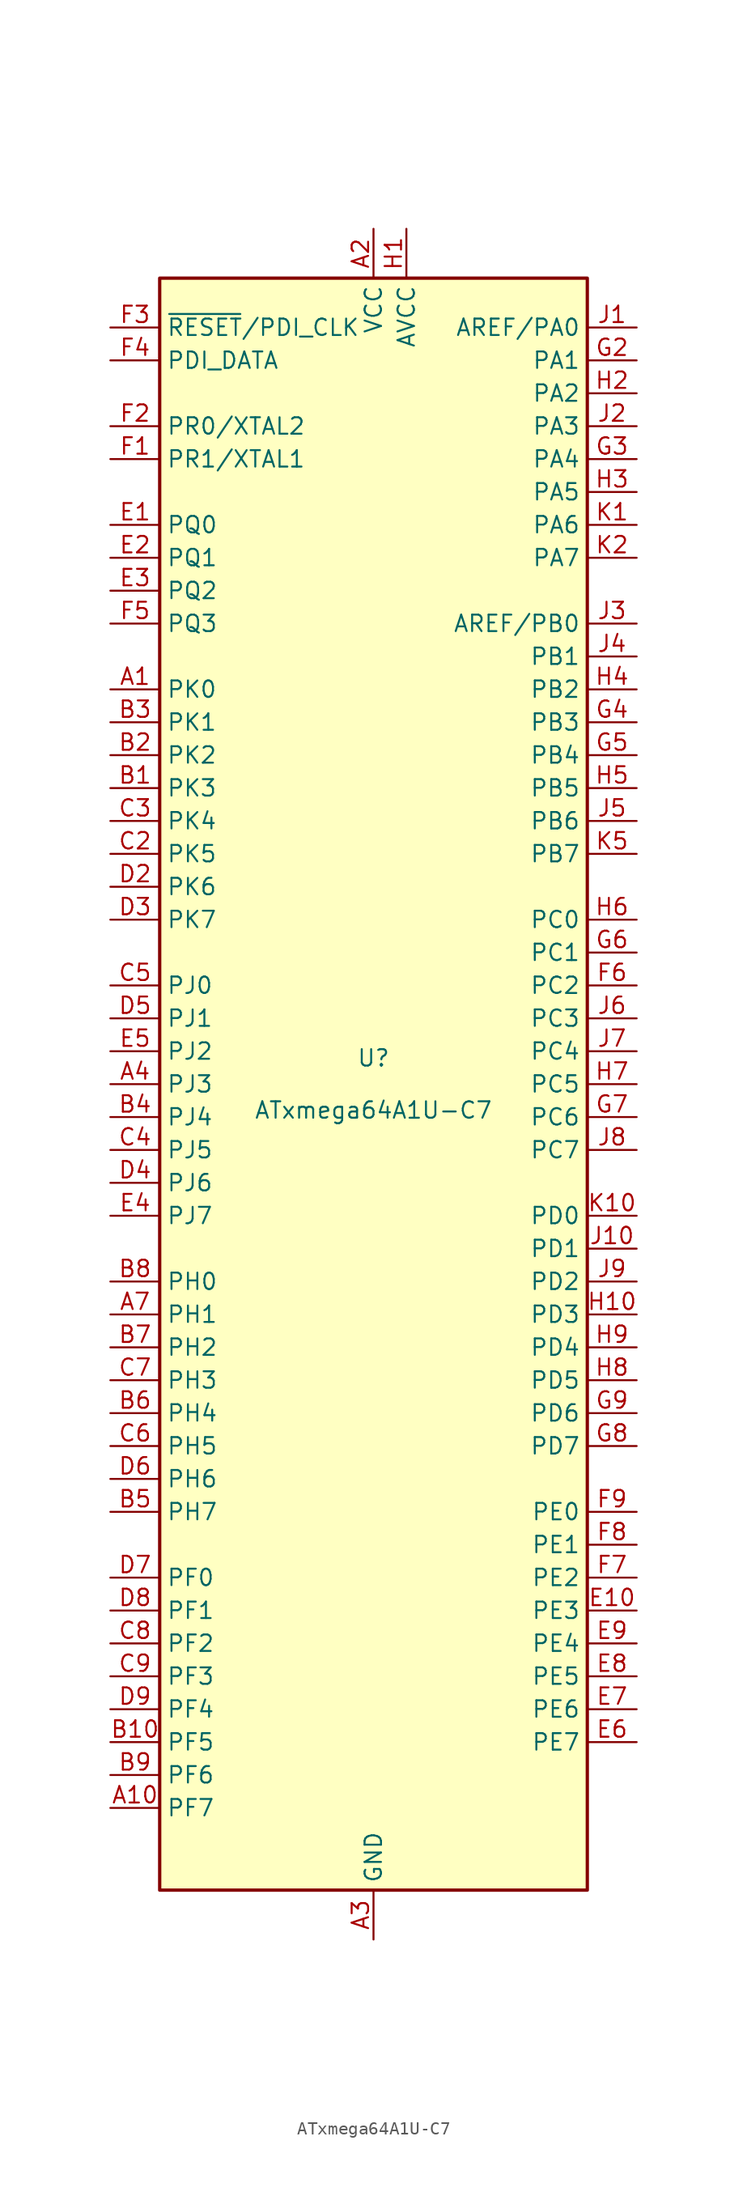
<source format=kicad_sym>
(kicad_symbol_lib
  (version 20201005)
  (generator kicad_symbol_editor)
  (symbol "MCU_Microchip_ATmega:ATxmega64A1U-C7"
    (property "Reference" "U"
      (at 0 1.27 0)
      (effects (font (size 1.27 1.27)) (justify bottom)))
    (property "Value" "ATxmega64A1U-C7"
      (at 0 -1.27 0)
      (effects (font (size 1.27 1.27)) (justify top)))
    (symbol "ATxmega64A1U-C7_0_1"
      (rectangle (start -16.51 -62.23) (end 16.51 62.23) (stroke (width 0.254)) (fill (type background))))
    (symbol "ATxmega64A1U-C7_1_1"
      (pin bidirectional line (at -20.32 30.48 0) (length 3.81) (name "PK0" (effects (font (size 1.27 1.27)))) (number "A1" (effects (font (size 1.27 1.27)))))
      (pin bidirectional line (at -20.32 -55.88 0) (length 3.81) (name "PF7" (effects (font (size 1.27 1.27)))) (number "A10" (effects (font (size 1.27 1.27)))))
      (pin power_in line (at 0 66.04 270) (length 3.81) (name "VCC" (effects (font (size 1.27 1.27)))) (number "A2" (effects (font (size 1.27 1.27)))))
      (pin power_in line (at 0 -66.04 90) (length 3.81) (name "GND" (effects (font (size 1.27 1.27)))) (number "A3" (effects (font (size 1.27 1.27)))))
      (pin bidirectional line (at -20.32 0 0) (length 3.81) (name "PJ3" (effects (font (size 1.27 1.27)))) (number "A4" (effects (font (size 1.27 1.27)))))
      (pin passive line (at 0 66.04 270) (length 3.81) hide (name "VCC" (effects (font (size 1.27 1.27)))) (number "A5" (effects (font (size 1.27 1.27)))))
      (pin passive line (at 0 -66.04 90) (length 3.81) hide (name "GND" (effects (font (size 1.27 1.27)))) (number "A6" (effects (font (size 1.27 1.27)))))
      (pin bidirectional line (at -20.32 -17.78 0) (length 3.81) (name "PH1" (effects (font (size 1.27 1.27)))) (number "A7" (effects (font (size 1.27 1.27)))))
      (pin passive line (at 0 -66.04 90) (length 3.81) hide (name "GND" (effects (font (size 1.27 1.27)))) (number "A8" (effects (font (size 1.27 1.27)))))
      (pin passive line (at 0 66.04 270) (length 3.81) hide (name "VCC" (effects (font (size 1.27 1.27)))) (number "A9" (effects (font (size 1.27 1.27)))))
      (pin bidirectional line (at -20.32 22.86 0) (length 3.81) (name "PK3" (effects (font (size 1.27 1.27)))) (number "B1" (effects (font (size 1.27 1.27)))))
      (pin bidirectional line (at -20.32 -50.8 0) (length 3.81) (name "PF5" (effects (font (size 1.27 1.27)))) (number "B10" (effects (font (size 1.27 1.27)))))
      (pin bidirectional line (at -20.32 25.4 0) (length 3.81) (name "PK2" (effects (font (size 1.27 1.27)))) (number "B2" (effects (font (size 1.27 1.27)))))
      (pin bidirectional line (at -20.32 27.94 0) (length 3.81) (name "PK1" (effects (font (size 1.27 1.27)))) (number "B3" (effects (font (size 1.27 1.27)))))
      (pin bidirectional line (at -20.32 -2.54 0) (length 3.81) (name "PJ4" (effects (font (size 1.27 1.27)))) (number "B4" (effects (font (size 1.27 1.27)))))
      (pin bidirectional line (at -20.32 -33.02 0) (length 3.81) (name "PH7" (effects (font (size 1.27 1.27)))) (number "B5" (effects (font (size 1.27 1.27)))))
      (pin bidirectional line (at -20.32 -25.4 0) (length 3.81) (name "PH4" (effects (font (size 1.27 1.27)))) (number "B6" (effects (font (size 1.27 1.27)))))
      (pin bidirectional line (at -20.32 -20.32 0) (length 3.81) (name "PH2" (effects (font (size 1.27 1.27)))) (number "B7" (effects (font (size 1.27 1.27)))))
      (pin bidirectional line (at -20.32 -15.24 0) (length 3.81) (name "PH0" (effects (font (size 1.27 1.27)))) (number "B8" (effects (font (size 1.27 1.27)))))
      (pin bidirectional line (at -20.32 -53.34 0) (length 3.81) (name "PF6" (effects (font (size 1.27 1.27)))) (number "B9" (effects (font (size 1.27 1.27)))))
      (pin passive line (at 0 66.04 270) (length 3.81) hide (name "VCC" (effects (font (size 1.27 1.27)))) (number "C1" (effects (font (size 1.27 1.27)))))
      (pin passive line (at 0 66.04 270) (length 3.81) hide (name "VCC" (effects (font (size 1.27 1.27)))) (number "C10" (effects (font (size 1.27 1.27)))))
      (pin bidirectional line (at -20.32 17.78 0) (length 3.81) (name "PK5" (effects (font (size 1.27 1.27)))) (number "C2" (effects (font (size 1.27 1.27)))))
      (pin bidirectional line (at -20.32 20.32 0) (length 3.81) (name "PK4" (effects (font (size 1.27 1.27)))) (number "C3" (effects (font (size 1.27 1.27)))))
      (pin bidirectional line (at -20.32 -5.08 0) (length 3.81) (name "PJ5" (effects (font (size 1.27 1.27)))) (number "C4" (effects (font (size 1.27 1.27)))))
      (pin bidirectional line (at -20.32 7.62 0) (length 3.81) (name "PJ0" (effects (font (size 1.27 1.27)))) (number "C5" (effects (font (size 1.27 1.27)))))
      (pin bidirectional line (at -20.32 -27.94 0) (length 3.81) (name "PH5" (effects (font (size 1.27 1.27)))) (number "C6" (effects (font (size 1.27 1.27)))))
      (pin bidirectional line (at -20.32 -22.86 0) (length 3.81) (name "PH3" (effects (font (size 1.27 1.27)))) (number "C7" (effects (font (size 1.27 1.27)))))
      (pin bidirectional line (at -20.32 -43.18 0) (length 3.81) (name "PF2" (effects (font (size 1.27 1.27)))) (number "C8" (effects (font (size 1.27 1.27)))))
      (pin bidirectional line (at -20.32 -45.72 0) (length 3.81) (name "PF3" (effects (font (size 1.27 1.27)))) (number "C9" (effects (font (size 1.27 1.27)))))
      (pin passive line (at 0 -66.04 90) (length 3.81) hide (name "GND" (effects (font (size 1.27 1.27)))) (number "D1" (effects (font (size 1.27 1.27)))))
      (pin passive line (at 0 -66.04 90) (length 3.81) hide (name "GND" (effects (font (size 1.27 1.27)))) (number "D10" (effects (font (size 1.27 1.27)))))
      (pin bidirectional line (at -20.32 15.24 0) (length 3.81) (name "PK6" (effects (font (size 1.27 1.27)))) (number "D2" (effects (font (size 1.27 1.27)))))
      (pin bidirectional line (at -20.32 12.7 0) (length 3.81) (name "PK7" (effects (font (size 1.27 1.27)))) (number "D3" (effects (font (size 1.27 1.27)))))
      (pin bidirectional line (at -20.32 -7.62 0) (length 3.81) (name "PJ6" (effects (font (size 1.27 1.27)))) (number "D4" (effects (font (size 1.27 1.27)))))
      (pin bidirectional line (at -20.32 5.08 0) (length 3.81) (name "PJ1" (effects (font (size 1.27 1.27)))) (number "D5" (effects (font (size 1.27 1.27)))))
      (pin bidirectional line (at -20.32 -30.48 0) (length 3.81) (name "PH6" (effects (font (size 1.27 1.27)))) (number "D6" (effects (font (size 1.27 1.27)))))
      (pin bidirectional line (at -20.32 -38.1 0) (length 3.81) (name "PF0" (effects (font (size 1.27 1.27)))) (number "D7" (effects (font (size 1.27 1.27)))))
      (pin bidirectional line (at -20.32 -40.64 0) (length 3.81) (name "PF1" (effects (font (size 1.27 1.27)))) (number "D8" (effects (font (size 1.27 1.27)))))
      (pin bidirectional line (at -20.32 -48.26 0) (length 3.81) (name "PF4" (effects (font (size 1.27 1.27)))) (number "D9" (effects (font (size 1.27 1.27)))))
      (pin bidirectional line (at -20.32 43.18 0) (length 3.81) (name "PQ0" (effects (font (size 1.27 1.27)))) (number "E1" (effects (font (size 1.27 1.27)))))
      (pin bidirectional line (at 20.32 -40.64 180) (length 3.81) (name "PE3" (effects (font (size 1.27 1.27)))) (number "E10" (effects (font (size 1.27 1.27)))))
      (pin bidirectional line (at -20.32 40.64 0) (length 3.81) (name "PQ1" (effects (font (size 1.27 1.27)))) (number "E2" (effects (font (size 1.27 1.27)))))
      (pin bidirectional line (at -20.32 38.1 0) (length 3.81) (name "PQ2" (effects (font (size 1.27 1.27)))) (number "E3" (effects (font (size 1.27 1.27)))))
      (pin bidirectional line (at -20.32 -10.16 0) (length 3.81) (name "PJ7" (effects (font (size 1.27 1.27)))) (number "E4" (effects (font (size 1.27 1.27)))))
      (pin bidirectional line (at -20.32 2.54 0) (length 3.81) (name "PJ2" (effects (font (size 1.27 1.27)))) (number "E5" (effects (font (size 1.27 1.27)))))
      (pin bidirectional line (at 20.32 -50.8 180) (length 3.81) (name "PE7" (effects (font (size 1.27 1.27)))) (number "E6" (effects (font (size 1.27 1.27)))))
      (pin bidirectional line (at 20.32 -48.26 180) (length 3.81) (name "PE6" (effects (font (size 1.27 1.27)))) (number "E7" (effects (font (size 1.27 1.27)))))
      (pin bidirectional line (at 20.32 -45.72 180) (length 3.81) (name "PE5" (effects (font (size 1.27 1.27)))) (number "E8" (effects (font (size 1.27 1.27)))))
      (pin bidirectional line (at 20.32 -43.18 180) (length 3.81) (name "PE4" (effects (font (size 1.27 1.27)))) (number "E9" (effects (font (size 1.27 1.27)))))
      (pin bidirectional line (at -20.32 48.26 0) (length 3.81) (name "PR1/XTAL1" (effects (font (size 1.27 1.27)))) (number "F1" (effects (font (size 1.27 1.27)))))
      (pin passive line (at 0 66.04 270) (length 3.81) hide (name "VCC" (effects (font (size 1.27 1.27)))) (number "F10" (effects (font (size 1.27 1.27)))))
      (pin bidirectional line (at -20.32 50.8 0) (length 3.81) (name "PR0/XTAL2" (effects (font (size 1.27 1.27)))) (number "F2" (effects (font (size 1.27 1.27)))))
      (pin input line (at -20.32 58.42 0) (length 3.81) (name "~RESET~/PDI_CLK" (effects (font (size 1.27 1.27)))) (number "F3" (effects (font (size 1.27 1.27)))))
      (pin bidirectional line (at -20.32 55.88 0) (length 3.81) (name "PDI_DATA" (effects (font (size 1.27 1.27)))) (number "F4" (effects (font (size 1.27 1.27)))))
      (pin bidirectional line (at -20.32 35.56 0) (length 3.81) (name "PQ3" (effects (font (size 1.27 1.27)))) (number "F5" (effects (font (size 1.27 1.27)))))
      (pin bidirectional line (at 20.32 7.62 180) (length 3.81) (name "PC2" (effects (font (size 1.27 1.27)))) (number "F6" (effects (font (size 1.27 1.27)))))
      (pin bidirectional line (at 20.32 -38.1 180) (length 3.81) (name "PE2" (effects (font (size 1.27 1.27)))) (number "F7" (effects (font (size 1.27 1.27)))))
      (pin bidirectional line (at 20.32 -35.56 180) (length 3.81) (name "PE1" (effects (font (size 1.27 1.27)))) (number "F8" (effects (font (size 1.27 1.27)))))
      (pin bidirectional line (at 20.32 -33.02 180) (length 3.81) (name "PE0" (effects (font (size 1.27 1.27)))) (number "F9" (effects (font (size 1.27 1.27)))))
      (pin passive line (at 0 -66.04 90) (length 3.81) hide (name "GND" (effects (font (size 1.27 1.27)))) (number "G1" (effects (font (size 1.27 1.27)))))
      (pin passive line (at 0 -66.04 90) (length 3.81) hide (name "GND" (effects (font (size 1.27 1.27)))) (number "G10" (effects (font (size 1.27 1.27)))))
      (pin bidirectional line (at 20.32 55.88 180) (length 3.81) (name "PA1" (effects (font (size 1.27 1.27)))) (number "G2" (effects (font (size 1.27 1.27)))))
      (pin bidirectional line (at 20.32 48.26 180) (length 3.81) (name "PA4" (effects (font (size 1.27 1.27)))) (number "G3" (effects (font (size 1.27 1.27)))))
      (pin bidirectional line (at 20.32 27.94 180) (length 3.81) (name "PB3" (effects (font (size 1.27 1.27)))) (number "G4" (effects (font (size 1.27 1.27)))))
      (pin bidirectional line (at 20.32 25.4 180) (length 3.81) (name "PB4" (effects (font (size 1.27 1.27)))) (number "G5" (effects (font (size 1.27 1.27)))))
      (pin bidirectional line (at 20.32 10.16 180) (length 3.81) (name "PC1" (effects (font (size 1.27 1.27)))) (number "G6" (effects (font (size 1.27 1.27)))))
      (pin bidirectional line (at 20.32 -2.54 180) (length 3.81) (name "PC6" (effects (font (size 1.27 1.27)))) (number "G7" (effects (font (size 1.27 1.27)))))
      (pin bidirectional line (at 20.32 -27.94 180) (length 3.81) (name "PD7" (effects (font (size 1.27 1.27)))) (number "G8" (effects (font (size 1.27 1.27)))))
      (pin bidirectional line (at 20.32 -25.4 180) (length 3.81) (name "PD6" (effects (font (size 1.27 1.27)))) (number "G9" (effects (font (size 1.27 1.27)))))
      (pin power_in line (at 2.54 66.04 270) (length 3.81) (name "AVCC" (effects (font (size 1.27 1.27)))) (number "H1" (effects (font (size 1.27 1.27)))))
      (pin bidirectional line (at 20.32 -17.78 180) (length 3.81) (name "PD3" (effects (font (size 1.27 1.27)))) (number "H10" (effects (font (size 1.27 1.27)))))
      (pin bidirectional line (at 20.32 53.34 180) (length 3.81) (name "PA2" (effects (font (size 1.27 1.27)))) (number "H2" (effects (font (size 1.27 1.27)))))
      (pin bidirectional line (at 20.32 45.72 180) (length 3.81) (name "PA5" (effects (font (size 1.27 1.27)))) (number "H3" (effects (font (size 1.27 1.27)))))
      (pin bidirectional line (at 20.32 30.48 180) (length 3.81) (name "PB2" (effects (font (size 1.27 1.27)))) (number "H4" (effects (font (size 1.27 1.27)))))
      (pin bidirectional line (at 20.32 22.86 180) (length 3.81) (name "PB5" (effects (font (size 1.27 1.27)))) (number "H5" (effects (font (size 1.27 1.27)))))
      (pin bidirectional line (at 20.32 12.7 180) (length 3.81) (name "PC0" (effects (font (size 1.27 1.27)))) (number "H6" (effects (font (size 1.27 1.27)))))
      (pin bidirectional line (at 20.32 0 180) (length 3.81) (name "PC5" (effects (font (size 1.27 1.27)))) (number "H7" (effects (font (size 1.27 1.27)))))
      (pin bidirectional line (at 20.32 -22.86 180) (length 3.81) (name "PD5" (effects (font (size 1.27 1.27)))) (number "H8" (effects (font (size 1.27 1.27)))))
      (pin bidirectional line (at 20.32 -20.32 180) (length 3.81) (name "PD4" (effects (font (size 1.27 1.27)))) (number "H9" (effects (font (size 1.27 1.27)))))
      (pin bidirectional line (at 20.32 58.42 180) (length 3.81) (name "AREF/PA0" (effects (font (size 1.27 1.27)))) (number "J1" (effects (font (size 1.27 1.27)))))
      (pin bidirectional line (at 20.32 -12.7 180) (length 3.81) (name "PD1" (effects (font (size 1.27 1.27)))) (number "J10" (effects (font (size 1.27 1.27)))))
      (pin bidirectional line (at 20.32 50.8 180) (length 3.81) (name "PA3" (effects (font (size 1.27 1.27)))) (number "J2" (effects (font (size 1.27 1.27)))))
      (pin bidirectional line (at 20.32 35.56 180) (length 3.81) (name "AREF/PB0" (effects (font (size 1.27 1.27)))) (number "J3" (effects (font (size 1.27 1.27)))))
      (pin bidirectional line (at 20.32 33.02 180) (length 3.81) (name "PB1" (effects (font (size 1.27 1.27)))) (number "J4" (effects (font (size 1.27 1.27)))))
      (pin bidirectional line (at 20.32 20.32 180) (length 3.81) (name "PB6" (effects (font (size 1.27 1.27)))) (number "J5" (effects (font (size 1.27 1.27)))))
      (pin bidirectional line (at 20.32 5.08 180) (length 3.81) (name "PC3" (effects (font (size 1.27 1.27)))) (number "J6" (effects (font (size 1.27 1.27)))))
      (pin bidirectional line (at 20.32 2.54 180) (length 3.81) (name "PC4" (effects (font (size 1.27 1.27)))) (number "J7" (effects (font (size 1.27 1.27)))))
      (pin bidirectional line (at 20.32 -5.08 180) (length 3.81) (name "PC7" (effects (font (size 1.27 1.27)))) (number "J8" (effects (font (size 1.27 1.27)))))
      (pin bidirectional line (at 20.32 -15.24 180) (length 3.81) (name "PD2" (effects (font (size 1.27 1.27)))) (number "J9" (effects (font (size 1.27 1.27)))))
      (pin bidirectional line (at 20.32 43.18 180) (length 3.81) (name "PA6" (effects (font (size 1.27 1.27)))) (number "K1" (effects (font (size 1.27 1.27)))))
      (pin bidirectional line (at 20.32 -10.16 180) (length 3.81) (name "PD0" (effects (font (size 1.27 1.27)))) (number "K10" (effects (font (size 1.27 1.27)))))
      (pin bidirectional line (at 20.32 40.64 180) (length 3.81) (name "PA7" (effects (font (size 1.27 1.27)))) (number "K2" (effects (font (size 1.27 1.27)))))
      (pin passive line (at 0 -66.04 90) (length 3.81) hide (name "GND" (effects (font (size 1.27 1.27)))) (number "K3" (effects (font (size 1.27 1.27)))))
      (pin passive line (at 2.54 66.04 270) (length 3.81) hide (name "AVCC" (effects (font (size 1.27 1.27)))) (number "K4" (effects (font (size 1.27 1.27)))))
      (pin bidirectional line (at 20.32 17.78 180) (length 3.81) (name "PB7" (effects (font (size 1.27 1.27)))) (number "K5" (effects (font (size 1.27 1.27)))))
      (pin passive line (at 0 66.04 270) (length 3.81) hide (name "VCC" (effects (font (size 1.27 1.27)))) (number "K6" (effects (font (size 1.27 1.27)))))
      (pin passive line (at 0 -66.04 90) (length 3.81) hide (name "GND" (effects (font (size 1.27 1.27)))) (number "K7" (effects (font (size 1.27 1.27)))))
      (pin passive line (at 0 66.04 270) (length 3.81) hide (name "VCC" (effects (font (size 1.27 1.27)))) (number "K8" (effects (font (size 1.27 1.27)))))
      (pin passive line (at 0 -66.04 90) (length 3.81) hide (name "GND" (effects (font (size 1.27 1.27)))) (number "K9" (effects (font (size 1.27 1.27))))))))
</source>
